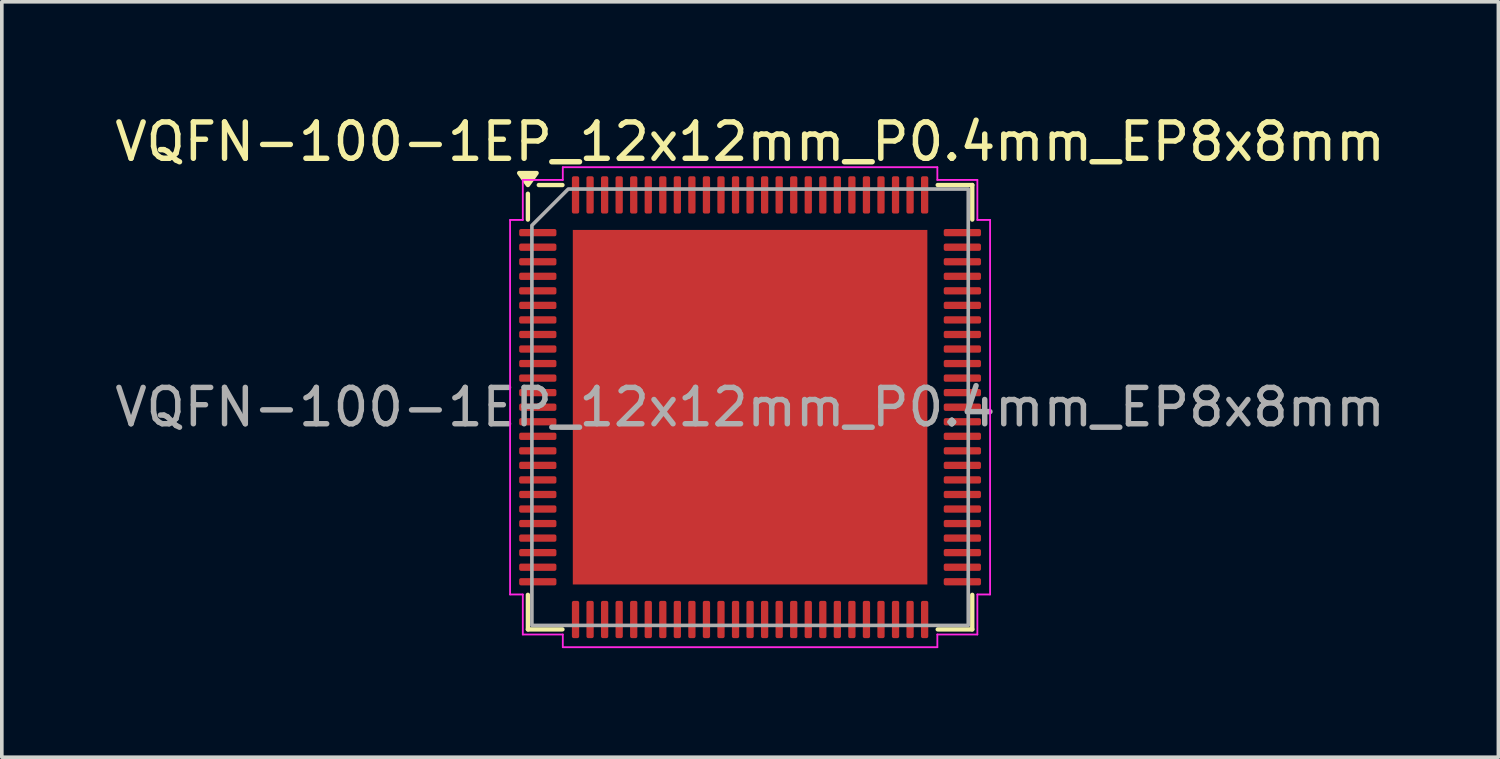
<source format=kicad_pcb>
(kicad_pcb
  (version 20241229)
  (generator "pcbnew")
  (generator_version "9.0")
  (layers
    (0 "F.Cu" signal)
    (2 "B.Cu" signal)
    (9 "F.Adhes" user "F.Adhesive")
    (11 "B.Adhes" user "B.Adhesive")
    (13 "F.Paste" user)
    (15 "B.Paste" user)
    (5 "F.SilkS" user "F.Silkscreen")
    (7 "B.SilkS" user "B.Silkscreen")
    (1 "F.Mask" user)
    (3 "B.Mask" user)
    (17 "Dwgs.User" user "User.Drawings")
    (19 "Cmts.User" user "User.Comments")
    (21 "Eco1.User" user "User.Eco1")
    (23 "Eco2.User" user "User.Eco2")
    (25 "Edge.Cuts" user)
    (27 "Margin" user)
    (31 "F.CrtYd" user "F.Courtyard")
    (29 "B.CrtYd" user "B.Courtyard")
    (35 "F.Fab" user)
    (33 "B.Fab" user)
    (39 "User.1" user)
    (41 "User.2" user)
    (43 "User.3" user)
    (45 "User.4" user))
  (footprint "VQFN-100-1EP_12x12mm_P0.4mm_EP8x8mm"
    (layer "F.Cu")
    (at 17.577 8.148)
    (property "Reference" "VQFN-100-1EP_12x12mm_P0.4mm_EP8x8mm" (at 0 -7.3 0) (layer "F.SilkS") (effects (font (size 1 1) (thickness 0.15))))
    (attr smd)
    (fp_line (start -6.11 -5.16) (end -6.11 -5.87) (stroke (width 0.12) (type solid)) (layer "F.SilkS"))
    (fp_line (start -6.11 6.11) (end -6.11 5.16) (stroke (width 0.12) (type solid)) (layer "F.SilkS"))
    (fp_line (start -5.16 -6.11) (end -5.81 -6.11) (stroke (width 0.12) (type solid)) (layer "F.SilkS"))
    (fp_line (start -5.16 6.11) (end -6.11 6.11) (stroke (width 0.12) (type solid)) (layer "F.SilkS"))
    (fp_line (start 5.16 -6.11) (end 6.11 -6.11) (stroke (width 0.12) (type solid)) (layer "F.SilkS"))
    (fp_line (start 5.16 6.11) (end 6.11 6.11) (stroke (width 0.12) (type solid)) (layer "F.SilkS"))
    (fp_line (start 6.11 -6.11) (end 6.11 -5.16) (stroke (width 0.12) (type solid)) (layer "F.SilkS"))
    (fp_line (start 6.11 6.11) (end 6.11 5.16) (stroke (width 0.12) (type solid)) (layer "F.SilkS"))
    (fp_poly (pts (xy -6.11 -6.11) (xy -6.35 -6.44) (xy -5.87 -6.44)) (stroke (width 0.12) (type solid)) (fill yes) (layer "F.SilkS"))
    (fp_line (start -6.6 -5.15) (end -6.25 -5.15) (stroke (width 0.05) (type solid)) (layer "F.CrtYd"))
    (fp_line (start -6.6 5.15) (end -6.6 -5.15) (stroke (width 0.05) (type solid)) (layer "F.CrtYd"))
    (fp_line (start -6.25 -6.25) (end -5.15 -6.25) (stroke (width 0.05) (type solid)) (layer "F.CrtYd"))
    (fp_line (start -6.25 -5.15) (end -6.25 -6.25) (stroke (width 0.05) (type solid)) (layer "F.CrtYd"))
    (fp_line (start -6.25 5.15) (end -6.6 5.15) (stroke (width 0.05) (type solid)) (layer "F.CrtYd"))
    (fp_line (start -6.25 6.25) (end -6.25 5.15) (stroke (width 0.05) (type solid)) (layer "F.CrtYd"))
    (fp_line (start -5.15 -6.6) (end 5.15 -6.6) (stroke (width 0.05) (type solid)) (layer "F.CrtYd"))
    (fp_line (start -5.15 -6.25) (end -5.15 -6.6) (stroke (width 0.05) (type solid)) (layer "F.CrtYd"))
    (fp_line (start -5.15 6.25) (end -6.25 6.25) (stroke (width 0.05) (type solid)) (layer "F.CrtYd"))
    (fp_line (start -5.15 6.6) (end -5.15 6.25) (stroke (width 0.05) (type solid)) (layer "F.CrtYd"))
    (fp_line (start 5.15 -6.6) (end 5.15 -6.25) (stroke (width 0.05) (type solid)) (layer "F.CrtYd"))
    (fp_line (start 5.15 -6.25) (end 6.25 -6.25) (stroke (width 0.05) (type solid)) (layer "F.CrtYd"))
    (fp_line (start 5.15 6.25) (end 5.15 6.6) (stroke (width 0.05) (type solid)) (layer "F.CrtYd"))
    (fp_line (start 5.15 6.6) (end -5.15 6.6) (stroke (width 0.05) (type solid)) (layer "F.CrtYd"))
    (fp_line (start 6.25 -6.25) (end 6.25 -5.15) (stroke (width 0.05) (type solid)) (layer "F.CrtYd"))
    (fp_line (start 6.25 -5.15) (end 6.6 -5.15) (stroke (width 0.05) (type solid)) (layer "F.CrtYd"))
    (fp_line (start 6.25 5.15) (end 6.25 6.25) (stroke (width 0.05) (type solid)) (layer "F.CrtYd"))
    (fp_line (start 6.25 6.25) (end 5.15 6.25) (stroke (width 0.05) (type solid)) (layer "F.CrtYd"))
    (fp_line (start 6.6 -5.15) (end 6.6 5.15) (stroke (width 0.05) (type solid)) (layer "F.CrtYd"))
    (fp_line (start 6.6 5.15) (end 6.25 5.15) (stroke (width 0.05) (type solid)) (layer "F.CrtYd"))
    (fp_poly (pts (xy -6 -5) (xy -6 6) (xy 6 6) (xy 6 -6) (xy -5 -6)) (stroke (width 0.1) (type solid)) (fill no) (layer "F.Fab"))
    (fp_text user "${REFERENCE}" (at 0 0 0) (layer "F.Fab") (effects (font (size 1 1) (thickness 0.15))))
    (pad "" smd roundrect (at -3 -3) (size 1.61 1.61) (layers "F.Paste") (roundrect_rratio 0.155))
    (pad "" smd roundrect (at -3 -1) (size 1.61 1.61) (layers "F.Paste") (roundrect_rratio 0.155))
    (pad "" smd roundrect (at -3 1) (size 1.61 1.61) (layers "F.Paste") (roundrect_rratio 0.155))
    (pad "" smd roundrect (at -3 3) (size 1.61 1.61) (layers "F.Paste") (roundrect_rratio 0.155))
    (pad "" smd roundrect (at -1 -3) (size 1.61 1.61) (layers "F.Paste") (roundrect_rratio 0.155))
    (pad "" smd roundrect (at -1 -1) (size 1.61 1.61) (layers "F.Paste") (roundrect_rratio 0.155))
    (pad "" smd roundrect (at -1 1) (size 1.61 1.61) (layers "F.Paste") (roundrect_rratio 0.155))
    (pad "" smd roundrect (at -1 3) (size 1.61 1.61) (layers "F.Paste") (roundrect_rratio 0.155))
    (pad "" smd roundrect (at 1 -3) (size 1.61 1.61) (layers "F.Paste") (roundrect_rratio 0.155))
    (pad "" smd roundrect (at 1 -1) (size 1.61 1.61) (layers "F.Paste") (roundrect_rratio 0.155))
    (pad "" smd roundrect (at 1 1) (size 1.61 1.61) (layers "F.Paste") (roundrect_rratio 0.155))
    (pad "" smd roundrect (at 1 3) (size 1.61 1.61) (layers "F.Paste") (roundrect_rratio 0.155))
    (pad "" smd roundrect (at 3 -3) (size 1.61 1.61) (layers "F.Paste") (roundrect_rratio 0.155))
    (pad "" smd roundrect (at 3 -1) (size 1.61 1.61) (layers "F.Paste") (roundrect_rratio 0.155))
    (pad "" smd roundrect (at 3 1) (size 1.61 1.61) (layers "F.Paste") (roundrect_rratio 0.155))
    (pad "" smd roundrect (at 3 3) (size 1.61 1.61) (layers "F.Paste") (roundrect_rratio 0.155))
    (pad "1" smd roundrect (at -5.838 -4.8) (size 1.025 0.2) (layers "F.Cu" "F.Mask" "F.Paste") (roundrect_rratio 0.25))
    (pad "2" smd roundrect (at -5.838 -4.4) (size 1.025 0.2) (layers "F.Cu" "F.Mask" "F.Paste") (roundrect_rratio 0.25))
    (pad "3" smd roundrect (at -5.838 -4) (size 1.025 0.2) (layers "F.Cu" "F.Mask" "F.Paste") (roundrect_rratio 0.25))
    (pad "4" smd roundrect (at -5.838 -3.6) (size 1.025 0.2) (layers "F.Cu" "F.Mask" "F.Paste") (roundrect_rratio 0.25))
    (pad "5" smd roundrect (at -5.838 -3.2) (size 1.025 0.2) (layers "F.Cu" "F.Mask" "F.Paste") (roundrect_rratio 0.25))
    (pad "6" smd roundrect (at -5.838 -2.8) (size 1.025 0.2) (layers "F.Cu" "F.Mask" "F.Paste") (roundrect_rratio 0.25))
    (pad "7" smd roundrect (at -5.838 -2.4) (size 1.025 0.2) (layers "F.Cu" "F.Mask" "F.Paste") (roundrect_rratio 0.25))
    (pad "8" smd roundrect (at -5.838 -2) (size 1.025 0.2) (layers "F.Cu" "F.Mask" "F.Paste") (roundrect_rratio 0.25))
    (pad "9" smd roundrect (at -5.838 -1.6) (size 1.025 0.2) (layers "F.Cu" "F.Mask" "F.Paste") (roundrect_rratio 0.25))
    (pad "10" smd roundrect (at -5.838 -1.2) (size 1.025 0.2) (layers "F.Cu" "F.Mask" "F.Paste") (roundrect_rratio 0.25))
    (pad "11" smd roundrect (at -5.838 -0.8) (size 1.025 0.2) (layers "F.Cu" "F.Mask" "F.Paste") (roundrect_rratio 0.25))
    (pad "12" smd roundrect (at -5.838 -0.4) (size 1.025 0.2) (layers "F.Cu" "F.Mask" "F.Paste") (roundrect_rratio 0.25))
    (pad "13" smd roundrect (at -5.838 0) (size 1.025 0.2) (layers "F.Cu" "F.Mask" "F.Paste") (roundrect_rratio 0.25))
    (pad "14" smd roundrect (at -5.838 0.4) (size 1.025 0.2) (layers "F.Cu" "F.Mask" "F.Paste") (roundrect_rratio 0.25))
    (pad "15" smd roundrect (at -5.838 0.8) (size 1.025 0.2) (layers "F.Cu" "F.Mask" "F.Paste") (roundrect_rratio 0.25))
    (pad "16" smd roundrect (at -5.838 1.2) (size 1.025 0.2) (layers "F.Cu" "F.Mask" "F.Paste") (roundrect_rratio 0.25))
    (pad "17" smd roundrect (at -5.838 1.6) (size 1.025 0.2) (layers "F.Cu" "F.Mask" "F.Paste") (roundrect_rratio 0.25))
    (pad "18" smd roundrect (at -5.838 2) (size 1.025 0.2) (layers "F.Cu" "F.Mask" "F.Paste") (roundrect_rratio 0.25))
    (pad "19" smd roundrect (at -5.838 2.4) (size 1.025 0.2) (layers "F.Cu" "F.Mask" "F.Paste") (roundrect_rratio 0.25))
    (pad "20" smd roundrect (at -5.838 2.8) (size 1.025 0.2) (layers "F.Cu" "F.Mask" "F.Paste") (roundrect_rratio 0.25))
    (pad "21" smd roundrect (at -5.838 3.2) (size 1.025 0.2) (layers "F.Cu" "F.Mask" "F.Paste") (roundrect_rratio 0.25))
    (pad "22" smd roundrect (at -5.838 3.6) (size 1.025 0.2) (layers "F.Cu" "F.Mask" "F.Paste") (roundrect_rratio 0.25))
    (pad "23" smd roundrect (at -5.838 4) (size 1.025 0.2) (layers "F.Cu" "F.Mask" "F.Paste") (roundrect_rratio 0.25))
    (pad "24" smd roundrect (at -5.838 4.4) (size 1.025 0.2) (layers "F.Cu" "F.Mask" "F.Paste") (roundrect_rratio 0.25))
    (pad "25" smd roundrect (at -5.838 4.8) (size 1.025 0.2) (layers "F.Cu" "F.Mask" "F.Paste") (roundrect_rratio 0.25))
    (pad "26" smd roundrect (at -4.8 5.838) (size 0.2 1.025) (layers "F.Cu" "F.Mask" "F.Paste") (roundrect_rratio 0.25))
    (pad "27" smd roundrect (at -4.4 5.838) (size 0.2 1.025) (layers "F.Cu" "F.Mask" "F.Paste") (roundrect_rratio 0.25))
    (pad "28" smd roundrect (at -4 5.838) (size 0.2 1.025) (layers "F.Cu" "F.Mask" "F.Paste") (roundrect_rratio 0.25))
    (pad "29" smd roundrect (at -3.6 5.838) (size 0.2 1.025) (layers "F.Cu" "F.Mask" "F.Paste") (roundrect_rratio 0.25))
    (pad "30" smd roundrect (at -3.2 5.838) (size 0.2 1.025) (layers "F.Cu" "F.Mask" "F.Paste") (roundrect_rratio 0.25))
    (pad "31" smd roundrect (at -2.8 5.838) (size 0.2 1.025) (layers "F.Cu" "F.Mask" "F.Paste") (roundrect_rratio 0.25))
    (pad "32" smd roundrect (at -2.4 5.838) (size 0.2 1.025) (layers "F.Cu" "F.Mask" "F.Paste") (roundrect_rratio 0.25))
    (pad "33" smd roundrect (at -2 5.838) (size 0.2 1.025) (layers "F.Cu" "F.Mask" "F.Paste") (roundrect_rratio 0.25))
    (pad "34" smd roundrect (at -1.6 5.838) (size 0.2 1.025) (layers "F.Cu" "F.Mask" "F.Paste") (roundrect_rratio 0.25))
    (pad "35" smd roundrect (at -1.2 5.838) (size 0.2 1.025) (layers "F.Cu" "F.Mask" "F.Paste") (roundrect_rratio 0.25))
    (pad "36" smd roundrect (at -0.8 5.838) (size 0.2 1.025) (layers "F.Cu" "F.Mask" "F.Paste") (roundrect_rratio 0.25))
    (pad "37" smd roundrect (at -0.4 5.838) (size 0.2 1.025) (layers "F.Cu" "F.Mask" "F.Paste") (roundrect_rratio 0.25))
    (pad "38" smd roundrect (at 0 5.838) (size 0.2 1.025) (layers "F.Cu" "F.Mask" "F.Paste") (roundrect_rratio 0.25))
    (pad "39" smd roundrect (at 0.4 5.838) (size 0.2 1.025) (layers "F.Cu" "F.Mask" "F.Paste") (roundrect_rratio 0.25))
    (pad "40" smd roundrect (at 0.8 5.838) (size 0.2 1.025) (layers "F.Cu" "F.Mask" "F.Paste") (roundrect_rratio 0.25))
    (pad "41" smd roundrect (at 1.2 5.838) (size 0.2 1.025) (layers "F.Cu" "F.Mask" "F.Paste") (roundrect_rratio 0.25))
    (pad "42" smd roundrect (at 1.6 5.838) (size 0.2 1.025) (layers "F.Cu" "F.Mask" "F.Paste") (roundrect_rratio 0.25))
    (pad "43" smd roundrect (at 2 5.838) (size 0.2 1.025) (layers "F.Cu" "F.Mask" "F.Paste") (roundrect_rratio 0.25))
    (pad "44" smd roundrect (at 2.4 5.838) (size 0.2 1.025) (layers "F.Cu" "F.Mask" "F.Paste") (roundrect_rratio 0.25))
    (pad "45" smd roundrect (at 2.8 5.838) (size 0.2 1.025) (layers "F.Cu" "F.Mask" "F.Paste") (roundrect_rratio 0.25))
    (pad "46" smd roundrect (at 3.2 5.838) (size 0.2 1.025) (layers "F.Cu" "F.Mask" "F.Paste") (roundrect_rratio 0.25))
    (pad "47" smd roundrect (at 3.6 5.838) (size 0.2 1.025) (layers "F.Cu" "F.Mask" "F.Paste") (roundrect_rratio 0.25))
    (pad "48" smd roundrect (at 4 5.838) (size 0.2 1.025) (layers "F.Cu" "F.Mask" "F.Paste") (roundrect_rratio 0.25))
    (pad "49" smd roundrect (at 4.4 5.838) (size 0.2 1.025) (layers "F.Cu" "F.Mask" "F.Paste") (roundrect_rratio 0.25))
    (pad "50" smd roundrect (at 4.8 5.838) (size 0.2 1.025) (layers "F.Cu" "F.Mask" "F.Paste") (roundrect_rratio 0.25))
    (pad "51" smd roundrect (at 5.838 4.8) (size 1.025 0.2) (layers "F.Cu" "F.Mask" "F.Paste") (roundrect_rratio 0.25))
    (pad "52" smd roundrect (at 5.838 4.4) (size 1.025 0.2) (layers "F.Cu" "F.Mask" "F.Paste") (roundrect_rratio 0.25))
    (pad "53" smd roundrect (at 5.838 4) (size 1.025 0.2) (layers "F.Cu" "F.Mask" "F.Paste") (roundrect_rratio 0.25))
    (pad "54" smd roundrect (at 5.838 3.6) (size 1.025 0.2) (layers "F.Cu" "F.Mask" "F.Paste") (roundrect_rratio 0.25))
    (pad "55" smd roundrect (at 5.838 3.2) (size 1.025 0.2) (layers "F.Cu" "F.Mask" "F.Paste") (roundrect_rratio 0.25))
    (pad "56" smd roundrect (at 5.838 2.8) (size 1.025 0.2) (layers "F.Cu" "F.Mask" "F.Paste") (roundrect_rratio 0.25))
    (pad "57" smd roundrect (at 5.838 2.4) (size 1.025 0.2) (layers "F.Cu" "F.Mask" "F.Paste") (roundrect_rratio 0.25))
    (pad "58" smd roundrect (at 5.838 2) (size 1.025 0.2) (layers "F.Cu" "F.Mask" "F.Paste") (roundrect_rratio 0.25))
    (pad "59" smd roundrect (at 5.838 1.6) (size 1.025 0.2) (layers "F.Cu" "F.Mask" "F.Paste") (roundrect_rratio 0.25))
    (pad "60" smd roundrect (at 5.838 1.2) (size 1.025 0.2) (layers "F.Cu" "F.Mask" "F.Paste") (roundrect_rratio 0.25))
    (pad "61" smd roundrect (at 5.838 0.8) (size 1.025 0.2) (layers "F.Cu" "F.Mask" "F.Paste") (roundrect_rratio 0.25))
    (pad "62" smd roundrect (at 5.838 0.4) (size 1.025 0.2) (layers "F.Cu" "F.Mask" "F.Paste") (roundrect_rratio 0.25))
    (pad "63" smd roundrect (at 5.838 0) (size 1.025 0.2) (layers "F.Cu" "F.Mask" "F.Paste") (roundrect_rratio 0.25))
    (pad "64" smd roundrect (at 5.838 -0.4) (size 1.025 0.2) (layers "F.Cu" "F.Mask" "F.Paste") (roundrect_rratio 0.25))
    (pad "65" smd roundrect (at 5.838 -0.8) (size 1.025 0.2) (layers "F.Cu" "F.Mask" "F.Paste") (roundrect_rratio 0.25))
    (pad "66" smd roundrect (at 5.838 -1.2) (size 1.025 0.2) (layers "F.Cu" "F.Mask" "F.Paste") (roundrect_rratio 0.25))
    (pad "67" smd roundrect (at 5.838 -1.6) (size 1.025 0.2) (layers "F.Cu" "F.Mask" "F.Paste") (roundrect_rratio 0.25))
    (pad "68" smd roundrect (at 5.838 -2) (size 1.025 0.2) (layers "F.Cu" "F.Mask" "F.Paste") (roundrect_rratio 0.25))
    (pad "69" smd roundrect (at 5.838 -2.4) (size 1.025 0.2) (layers "F.Cu" "F.Mask" "F.Paste") (roundrect_rratio 0.25))
    (pad "70" smd roundrect (at 5.838 -2.8) (size 1.025 0.2) (layers "F.Cu" "F.Mask" "F.Paste") (roundrect_rratio 0.25))
    (pad "71" smd roundrect (at 5.838 -3.2) (size 1.025 0.2) (layers "F.Cu" "F.Mask" "F.Paste") (roundrect_rratio 0.25))
    (pad "72" smd roundrect (at 5.838 -3.6) (size 1.025 0.2) (layers "F.Cu" "F.Mask" "F.Paste") (roundrect_rratio 0.25))
    (pad "73" smd roundrect (at 5.838 -4) (size 1.025 0.2) (layers "F.Cu" "F.Mask" "F.Paste") (roundrect_rratio 0.25))
    (pad "74" smd roundrect (at 5.838 -4.4) (size 1.025 0.2) (layers "F.Cu" "F.Mask" "F.Paste") (roundrect_rratio 0.25))
    (pad "75" smd roundrect (at 5.838 -4.8) (size 1.025 0.2) (layers "F.Cu" "F.Mask" "F.Paste") (roundrect_rratio 0.25))
    (pad "76" smd roundrect (at 4.8 -5.838) (size 0.2 1.025) (layers "F.Cu" "F.Mask" "F.Paste") (roundrect_rratio 0.25))
    (pad "77" smd roundrect (at 4.4 -5.838) (size 0.2 1.025) (layers "F.Cu" "F.Mask" "F.Paste") (roundrect_rratio 0.25))
    (pad "78" smd roundrect (at 4 -5.838) (size 0.2 1.025) (layers "F.Cu" "F.Mask" "F.Paste") (roundrect_rratio 0.25))
    (pad "79" smd roundrect (at 3.6 -5.838) (size 0.2 1.025) (layers "F.Cu" "F.Mask" "F.Paste") (roundrect_rratio 0.25))
    (pad "80" smd roundrect (at 3.2 -5.838) (size 0.2 1.025) (layers "F.Cu" "F.Mask" "F.Paste") (roundrect_rratio 0.25))
    (pad "81" smd roundrect (at 2.8 -5.838) (size 0.2 1.025) (layers "F.Cu" "F.Mask" "F.Paste") (roundrect_rratio 0.25))
    (pad "82" smd roundrect (at 2.4 -5.838) (size 0.2 1.025) (layers "F.Cu" "F.Mask" "F.Paste") (roundrect_rratio 0.25))
    (pad "83" smd roundrect (at 2 -5.838) (size 0.2 1.025) (layers "F.Cu" "F.Mask" "F.Paste") (roundrect_rratio 0.25))
    (pad "84" smd roundrect (at 1.6 -5.838) (size 0.2 1.025) (layers "F.Cu" "F.Mask" "F.Paste") (roundrect_rratio 0.25))
    (pad "85" smd roundrect (at 1.2 -5.838) (size 0.2 1.025) (layers "F.Cu" "F.Mask" "F.Paste") (roundrect_rratio 0.25))
    (pad "86" smd roundrect (at 0.8 -5.838) (size 0.2 1.025) (layers "F.Cu" "F.Mask" "F.Paste") (roundrect_rratio 0.25))
    (pad "87" smd roundrect (at 0.4 -5.838) (size 0.2 1.025) (layers "F.Cu" "F.Mask" "F.Paste") (roundrect_rratio 0.25))
    (pad "88" smd roundrect (at 0 -5.838) (size 0.2 1.025) (layers "F.Cu" "F.Mask" "F.Paste") (roundrect_rratio 0.25))
    (pad "89" smd roundrect (at -0.4 -5.838) (size 0.2 1.025) (layers "F.Cu" "F.Mask" "F.Paste") (roundrect_rratio 0.25))
    (pad "90" smd roundrect (at -0.8 -5.838) (size 0.2 1.025) (layers "F.Cu" "F.Mask" "F.Paste") (roundrect_rratio 0.25))
    (pad "91" smd roundrect (at -1.2 -5.838) (size 0.2 1.025) (layers "F.Cu" "F.Mask" "F.Paste") (roundrect_rratio 0.25))
    (pad "92" smd roundrect (at -1.6 -5.838) (size 0.2 1.025) (layers "F.Cu" "F.Mask" "F.Paste") (roundrect_rratio 0.25))
    (pad "93" smd roundrect (at -2 -5.838) (size 0.2 1.025) (layers "F.Cu" "F.Mask" "F.Paste") (roundrect_rratio 0.25))
    (pad "94" smd roundrect (at -2.4 -5.838) (size 0.2 1.025) (layers "F.Cu" "F.Mask" "F.Paste") (roundrect_rratio 0.25))
    (pad "95" smd roundrect (at -2.8 -5.838) (size 0.2 1.025) (layers "F.Cu" "F.Mask" "F.Paste") (roundrect_rratio 0.25))
    (pad "96" smd roundrect (at -3.2 -5.838) (size 0.2 1.025) (layers "F.Cu" "F.Mask" "F.Paste") (roundrect_rratio 0.25))
    (pad "97" smd roundrect (at -3.6 -5.838) (size 0.2 1.025) (layers "F.Cu" "F.Mask" "F.Paste") (roundrect_rratio 0.25))
    (pad "98" smd roundrect (at -4 -5.838) (size 0.2 1.025) (layers "F.Cu" "F.Mask" "F.Paste") (roundrect_rratio 0.25))
    (pad "99" smd roundrect (at -4.4 -5.838) (size 0.2 1.025) (layers "F.Cu" "F.Mask" "F.Paste") (roundrect_rratio 0.25))
    (pad "100" smd roundrect (at -4.8 -5.838) (size 0.2 1.025) (layers "F.Cu" "F.Mask" "F.Paste") (roundrect_rratio 0.25))
    (pad "101" smd rect (at 0 0) (size 9.75 9.75) (property pad_prop_heatsink) (layers "F.Cu" "F.Mask")))
  (gr_rect
    (start -3 -3)
    (end 38.155 17.773)
    (stroke (width 0.1) (type default))
    (fill no)
    (layer "Edge.Cuts")))
</source>
